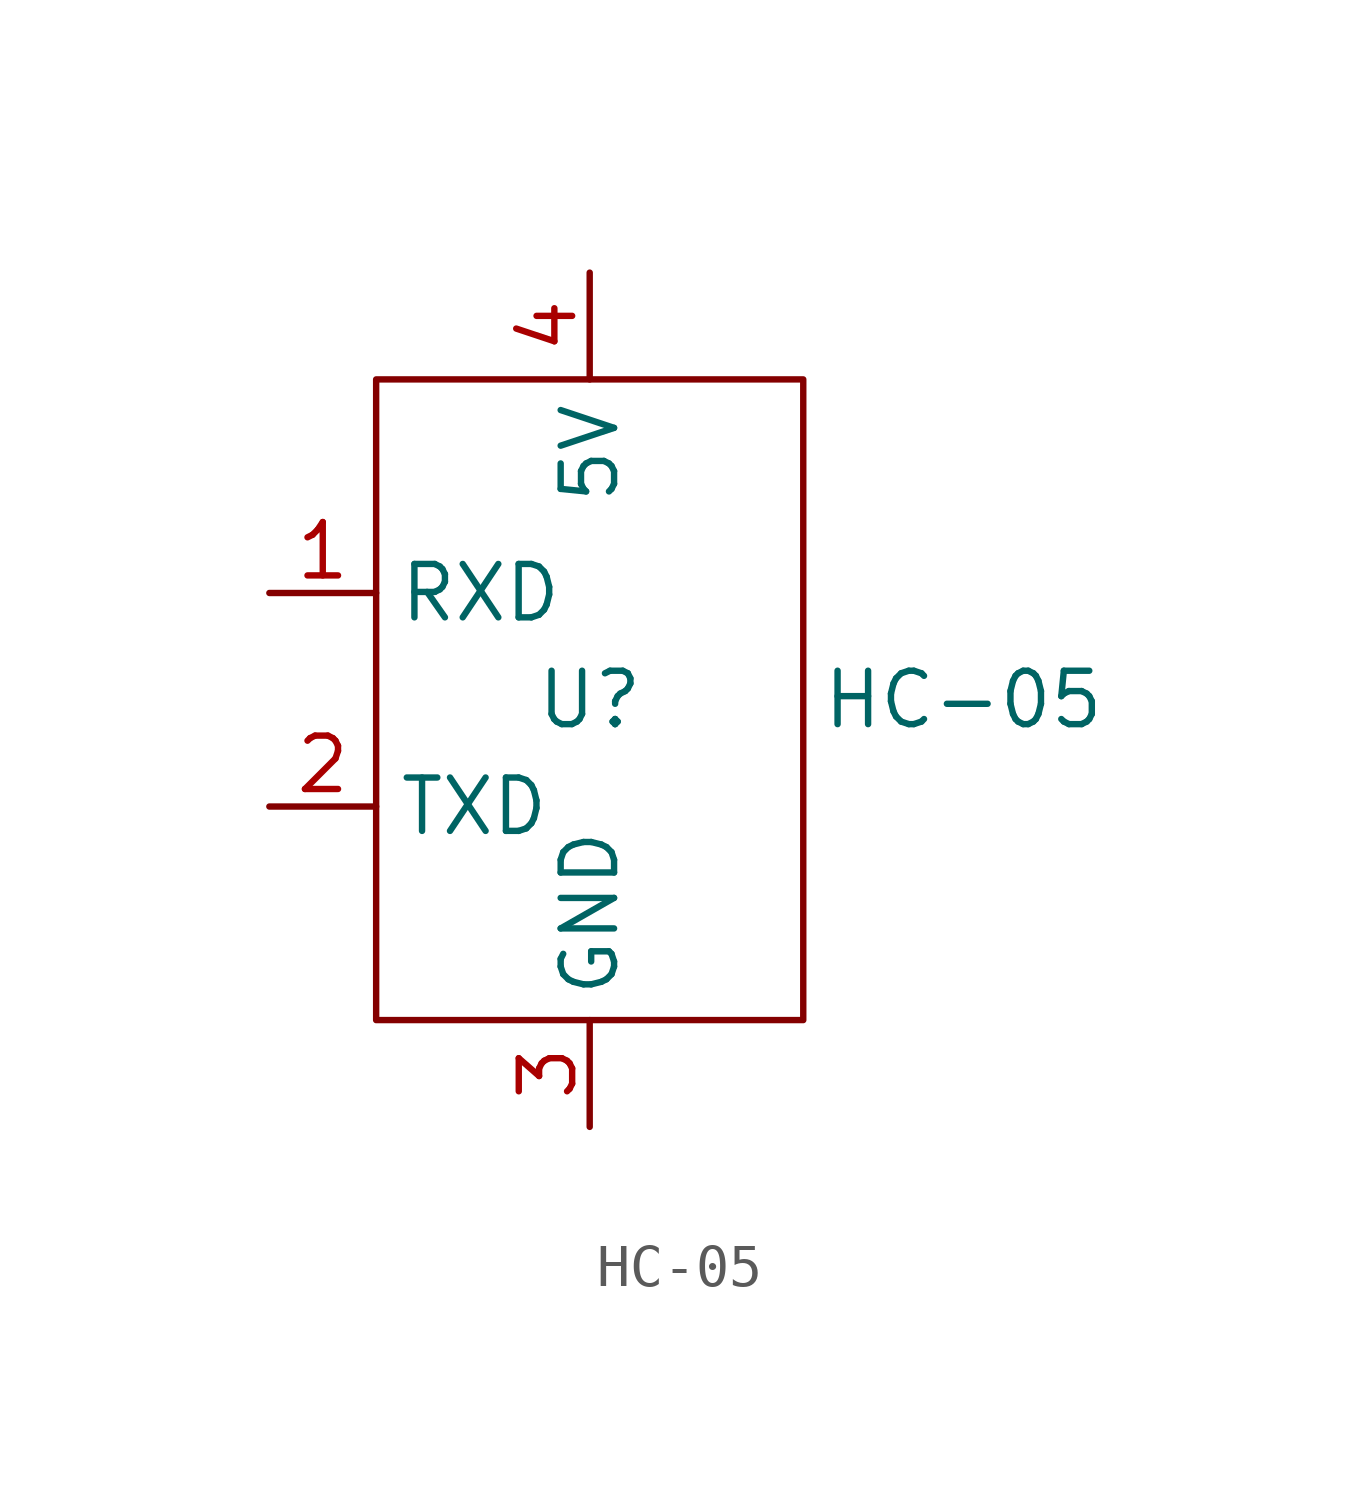
<source format=kicad_sym>
(kicad_symbol_lib
  (version 20241209)
  (generator "kicad_symbol_editor")
  (generator_version "9.0")
  (symbol "HC-05"
    (property "Reference" "U"
      (at 0 0 0)
      (effects (font (size 1.27 1.27))))
    (property "Value" "HC-05"
      (at 8.89 0 0)
      (effects (font (size 1.27 1.27))))
    (symbol "HC-05_0_1"
      (rectangle (start -5.08 7.62) (end 5.08 -7.62) (stroke (width 0) (type default)) (fill (type none))))
    (symbol "HC-05_1_1"
      (pin bidirectional line (at -7.62 2.54 0) (length 2.54) (name "RXD" (effects (font (size 1.27 1.27)))) (number "1" (effects (font (size 1.27 1.27)))))
      (pin bidirectional line (at -7.62 -2.54 0) (length 2.54) (name "TXD" (effects (font (size 1.27 1.27)))) (number "2" (effects (font (size 1.27 1.27)))))
      (pin power_in line (at 0 10.16 270) (length 2.54) (name "5V" (effects (font (size 1.27 1.27)))) (number "4" (effects (font (size 1.27 1.27)))))
      (pin power_in line (at 0 -10.16 90) (length 2.54) (name "GND" (effects (font (size 1.27 1.27)))) (number "3" (effects (font (size 1.27 1.27))))))))
</source>
